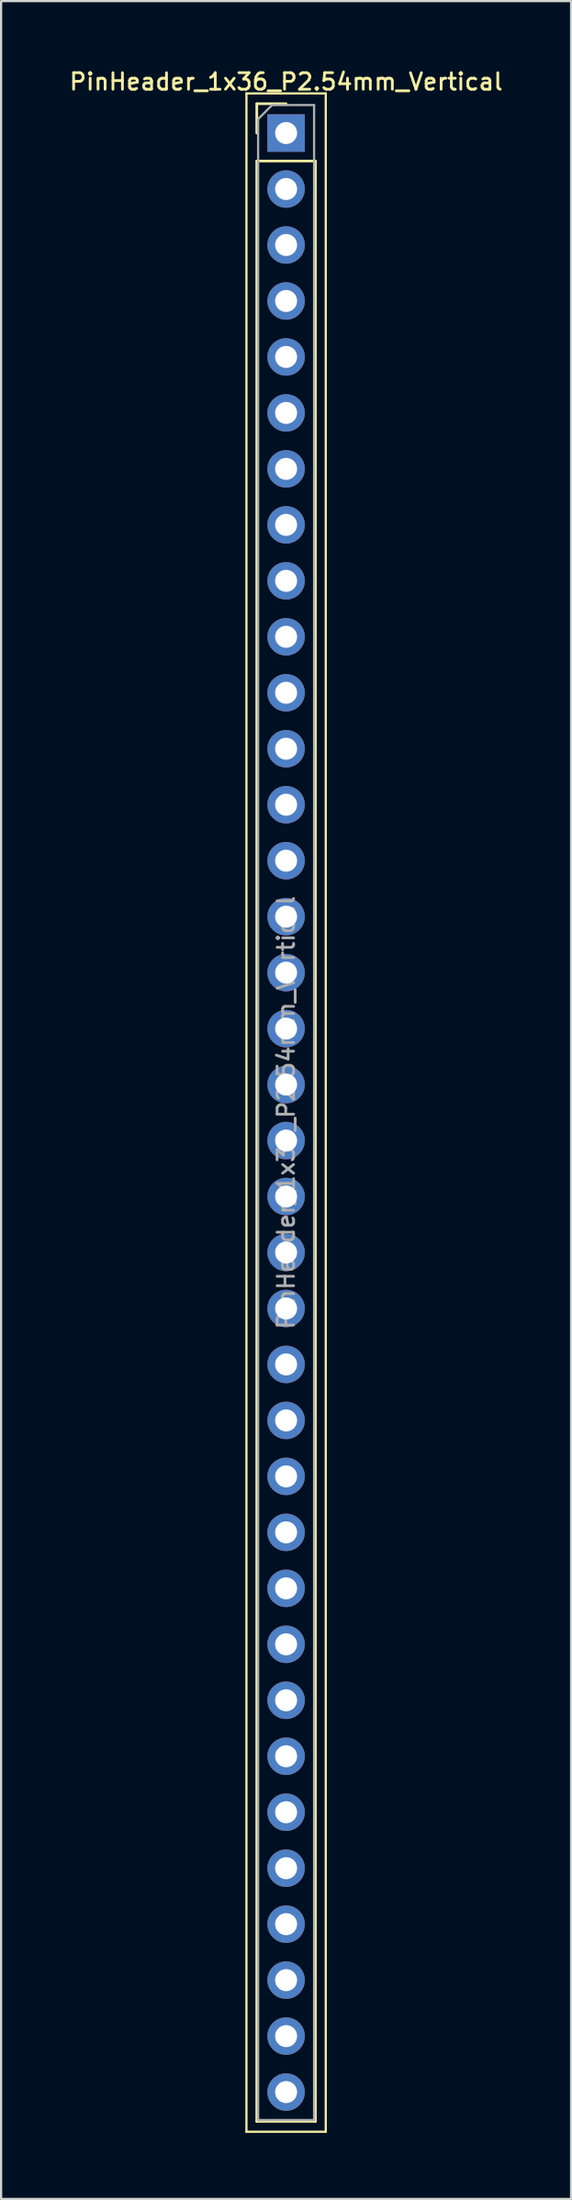
<source format=kicad_pcb>
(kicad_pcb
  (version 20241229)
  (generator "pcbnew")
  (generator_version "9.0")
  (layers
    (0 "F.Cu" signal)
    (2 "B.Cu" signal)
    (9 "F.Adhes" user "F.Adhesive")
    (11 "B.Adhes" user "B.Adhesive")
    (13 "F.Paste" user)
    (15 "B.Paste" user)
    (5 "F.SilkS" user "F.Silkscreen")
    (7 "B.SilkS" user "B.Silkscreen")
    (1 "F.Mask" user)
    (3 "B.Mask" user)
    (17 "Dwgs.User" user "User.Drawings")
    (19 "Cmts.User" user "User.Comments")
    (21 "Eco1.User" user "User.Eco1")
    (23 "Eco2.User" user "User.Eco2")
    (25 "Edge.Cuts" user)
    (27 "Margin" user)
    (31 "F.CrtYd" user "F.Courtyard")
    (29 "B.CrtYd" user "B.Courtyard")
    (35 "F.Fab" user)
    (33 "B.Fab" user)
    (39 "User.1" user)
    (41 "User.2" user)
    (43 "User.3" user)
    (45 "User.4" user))
  (footprint "PinHeader_1x36_P2.54mm_Vertical"
    (layer "F.Cu")
    (at 9.934 2.988)
    (property "Reference" "PinHeader_1x36_P2.54mm_Vertical" (at 0 -2.33 0) (layer "F.SilkS") (effects (font (size 0.75 0.75) (thickness 0.125))))
    (attr through_hole)
    (fp_line (start -1.8 -1.8) (end -1.8 90.7) (stroke (width 0.1) (type solid)) (layer "F.SilkS"))
    (fp_line (start -1.8 90.7) (end 1.8 90.7) (stroke (width 0.1) (type solid)) (layer "F.SilkS"))
    (fp_line (start -1.33 -1.33) (end 0 -1.33) (stroke (width 0.12) (type solid)) (layer "F.SilkS"))
    (fp_line (start -1.33 0) (end -1.33 -1.33) (stroke (width 0.12) (type solid)) (layer "F.SilkS"))
    (fp_line (start -1.33 1.27) (end -1.33 90.23) (stroke (width 0.12) (type solid)) (layer "F.SilkS"))
    (fp_line (start -1.33 1.27) (end 1.33 1.27) (stroke (width 0.12) (type solid)) (layer "F.SilkS"))
    (fp_line (start -1.33 90.23) (end 1.33 90.23) (stroke (width 0.12) (type solid)) (layer "F.SilkS"))
    (fp_line (start 1.33 1.27) (end 1.33 90.23) (stroke (width 0.12) (type solid)) (layer "F.SilkS"))
    (fp_line (start 1.8 -1.8) (end -1.8 -1.8) (stroke (width 0.1) (type solid)) (layer "F.SilkS"))
    (fp_line (start 1.8 90.7) (end 1.8 -1.8) (stroke (width 0.1) (type solid)) (layer "F.SilkS"))
    (fp_line (start -1.27 -0.635) (end -0.635 -1.27) (stroke (width 0.1) (type solid)) (layer "F.Fab"))
    (fp_line (start -1.27 90.17) (end -1.27 -0.635) (stroke (width 0.1) (type solid)) (layer "F.Fab"))
    (fp_line (start -0.635 -1.27) (end 1.27 -1.27) (stroke (width 0.1) (type solid)) (layer "F.Fab"))
    (fp_line (start 1.27 -1.27) (end 1.27 90.17) (stroke (width 0.1) (type solid)) (layer "F.Fab"))
    (fp_line (start 1.27 90.17) (end -1.27 90.17) (stroke (width 0.1) (type solid)) (layer "F.Fab"))
    (fp_text user "${REFERENCE}" (at 0 44.45 90) (layer "F.Fab") (effects (font (size 0.75 0.75) (thickness 0.125))))
    (pad "1" thru_hole rect (at 0 0) (size 1.7 1.7) (drill 1) (layers "*.Cu" "*.Mask"))
    (pad "2" thru_hole oval (at 0 2.54) (size 1.7 1.7) (drill 1) (layers "*.Cu" "*.Mask"))
    (pad "3" thru_hole oval (at 0 5.08) (size 1.7 1.7) (drill 1) (layers "*.Cu" "*.Mask"))
    (pad "4" thru_hole oval (at 0 7.62) (size 1.7 1.7) (drill 1) (layers "*.Cu" "*.Mask"))
    (pad "5" thru_hole oval (at 0 10.16) (size 1.7 1.7) (drill 1) (layers "*.Cu" "*.Mask"))
    (pad "6" thru_hole oval (at 0 12.7) (size 1.7 1.7) (drill 1) (layers "*.Cu" "*.Mask"))
    (pad "7" thru_hole oval (at 0 15.24) (size 1.7 1.7) (drill 1) (layers "*.Cu" "*.Mask"))
    (pad "8" thru_hole oval (at 0 17.78) (size 1.7 1.7) (drill 1) (layers "*.Cu" "*.Mask"))
    (pad "9" thru_hole oval (at 0 20.32) (size 1.7 1.7) (drill 1) (layers "*.Cu" "*.Mask"))
    (pad "10" thru_hole oval (at 0 22.86) (size 1.7 1.7) (drill 1) (layers "*.Cu" "*.Mask"))
    (pad "11" thru_hole oval (at 0 25.4) (size 1.7 1.7) (drill 1) (layers "*.Cu" "*.Mask"))
    (pad "12" thru_hole oval (at 0 27.94) (size 1.7 1.7) (drill 1) (layers "*.Cu" "*.Mask"))
    (pad "13" thru_hole oval (at 0 30.48) (size 1.7 1.7) (drill 1) (layers "*.Cu" "*.Mask"))
    (pad "14" thru_hole oval (at 0 33.02) (size 1.7 1.7) (drill 1) (layers "*.Cu" "*.Mask"))
    (pad "15" thru_hole oval (at 0 35.56) (size 1.7 1.7) (drill 1) (layers "*.Cu" "*.Mask"))
    (pad "16" thru_hole oval (at 0 38.1) (size 1.7 1.7) (drill 1) (layers "*.Cu" "*.Mask"))
    (pad "17" thru_hole oval (at 0 40.64) (size 1.7 1.7) (drill 1) (layers "*.Cu" "*.Mask"))
    (pad "18" thru_hole oval (at 0 43.18) (size 1.7 1.7) (drill 1) (layers "*.Cu" "*.Mask"))
    (pad "19" thru_hole oval (at 0 45.72) (size 1.7 1.7) (drill 1) (layers "*.Cu" "*.Mask"))
    (pad "20" thru_hole oval (at 0 48.26) (size 1.7 1.7) (drill 1) (layers "*.Cu" "*.Mask"))
    (pad "21" thru_hole oval (at 0 50.8) (size 1.7 1.7) (drill 1) (layers "*.Cu" "*.Mask"))
    (pad "22" thru_hole oval (at 0 53.34) (size 1.7 1.7) (drill 1) (layers "*.Cu" "*.Mask"))
    (pad "23" thru_hole oval (at 0 55.88) (size 1.7 1.7) (drill 1) (layers "*.Cu" "*.Mask"))
    (pad "24" thru_hole oval (at 0 58.42) (size 1.7 1.7) (drill 1) (layers "*.Cu" "*.Mask"))
    (pad "25" thru_hole oval (at 0 60.96) (size 1.7 1.7) (drill 1) (layers "*.Cu" "*.Mask"))
    (pad "26" thru_hole oval (at 0 63.5) (size 1.7 1.7) (drill 1) (layers "*.Cu" "*.Mask"))
    (pad "27" thru_hole oval (at 0 66.04) (size 1.7 1.7) (drill 1) (layers "*.Cu" "*.Mask"))
    (pad "28" thru_hole oval (at 0 68.58) (size 1.7 1.7) (drill 1) (layers "*.Cu" "*.Mask"))
    (pad "29" thru_hole oval (at 0 71.12) (size 1.7 1.7) (drill 1) (layers "*.Cu" "*.Mask"))
    (pad "30" thru_hole oval (at 0 73.66) (size 1.7 1.7) (drill 1) (layers "*.Cu" "*.Mask"))
    (pad "31" thru_hole oval (at 0 76.2) (size 1.7 1.7) (drill 1) (layers "*.Cu" "*.Mask"))
    (pad "32" thru_hole oval (at 0 78.74) (size 1.7 1.7) (drill 1) (layers "*.Cu" "*.Mask"))
    (pad "33" thru_hole oval (at 0 81.28) (size 1.7 1.7) (drill 1) (layers "*.Cu" "*.Mask"))
    (pad "34" thru_hole oval (at 0 83.82) (size 1.7 1.7) (drill 1) (layers "*.Cu" "*.Mask"))
    (pad "35" thru_hole oval (at 0 86.36) (size 1.7 1.7) (drill 1) (layers "*.Cu" "*.Mask"))
    (pad "36" thru_hole oval (at 0 88.9) (size 1.7 1.7) (drill 1) (layers "*.Cu" "*.Mask")))
  (gr_rect
    (start -3 -3)
    (end 22.868 96.738)
    (stroke (width 0.1) (type default))
    (fill no)
    (layer "Edge.Cuts")))
</source>
